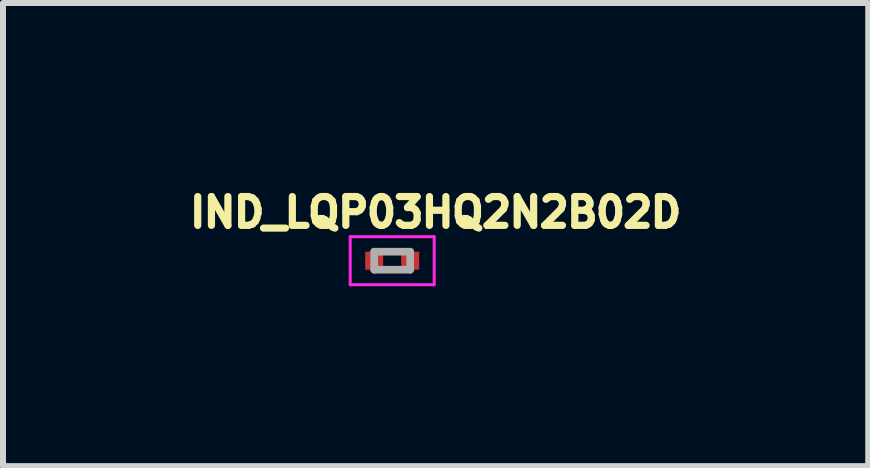
<source format=kicad_pcb>
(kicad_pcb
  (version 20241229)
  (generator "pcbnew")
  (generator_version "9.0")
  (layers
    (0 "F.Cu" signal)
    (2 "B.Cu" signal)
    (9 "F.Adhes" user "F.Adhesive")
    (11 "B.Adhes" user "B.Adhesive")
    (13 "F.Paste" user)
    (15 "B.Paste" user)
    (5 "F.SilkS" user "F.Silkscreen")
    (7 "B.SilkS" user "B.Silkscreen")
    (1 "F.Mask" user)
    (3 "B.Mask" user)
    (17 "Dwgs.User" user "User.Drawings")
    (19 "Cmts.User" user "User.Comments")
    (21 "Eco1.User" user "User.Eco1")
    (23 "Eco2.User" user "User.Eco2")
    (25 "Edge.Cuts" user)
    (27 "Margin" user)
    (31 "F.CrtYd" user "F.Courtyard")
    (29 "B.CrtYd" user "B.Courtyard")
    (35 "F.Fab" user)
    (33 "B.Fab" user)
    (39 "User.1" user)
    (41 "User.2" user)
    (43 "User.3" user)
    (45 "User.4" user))
  (footprint "IND_LQP03HQ2N2B02D"
    (layer "F.Cu")
    (at 3.488 1.296)
    (property "Reference" "IND_LQP03HQ2N2B02D" (at 0.724 -0.805 0) (layer "F.SilkS") (effects (font (size 0.48 0.48) (thickness 0.15))))
    (attr smd)
    (fp_line (start -0.7 -0.4) (end 0.7 -0.4) (stroke (width 0.05) (type solid)) (layer "F.CrtYd"))
    (fp_line (start -0.7 0.4) (end -0.7 -0.4) (stroke (width 0.05) (type solid)) (layer "F.CrtYd"))
    (fp_line (start 0.7 -0.4) (end 0.7 0.4) (stroke (width 0.05) (type solid)) (layer "F.CrtYd"))
    (fp_line (start 0.7 0.4) (end -0.7 0.4) (stroke (width 0.05) (type solid)) (layer "F.CrtYd"))
    (fp_line (start -0.3 -0.15) (end 0.3 -0.15) (stroke (width 0.127) (type solid)) (layer "F.Fab"))
    (fp_line (start -0.3 0.15) (end -0.3 -0.15) (stroke (width 0.127) (type solid)) (layer "F.Fab"))
    (fp_line (start 0.3 -0.15) (end 0.3 0.15) (stroke (width 0.127) (type solid)) (layer "F.Fab"))
    (fp_line (start 0.3 0.15) (end -0.3 0.15) (stroke (width 0.127) (type solid)) (layer "F.Fab"))
    (pad "1" smd rect (at -0.3 0) (size 0.3 0.3) (layers "F.Cu" "F.Mask" "F.Paste"))
    (pad "2" smd rect (at 0.3 0) (size 0.3 0.3) (layers "F.Cu" "F.Mask" "F.Paste")))
  (gr_rect
    (start -3 -3)
    (end 11.424 4.721)
    (stroke (width 0.1) (type default))
    (fill no)
    (layer "Edge.Cuts")))
</source>
